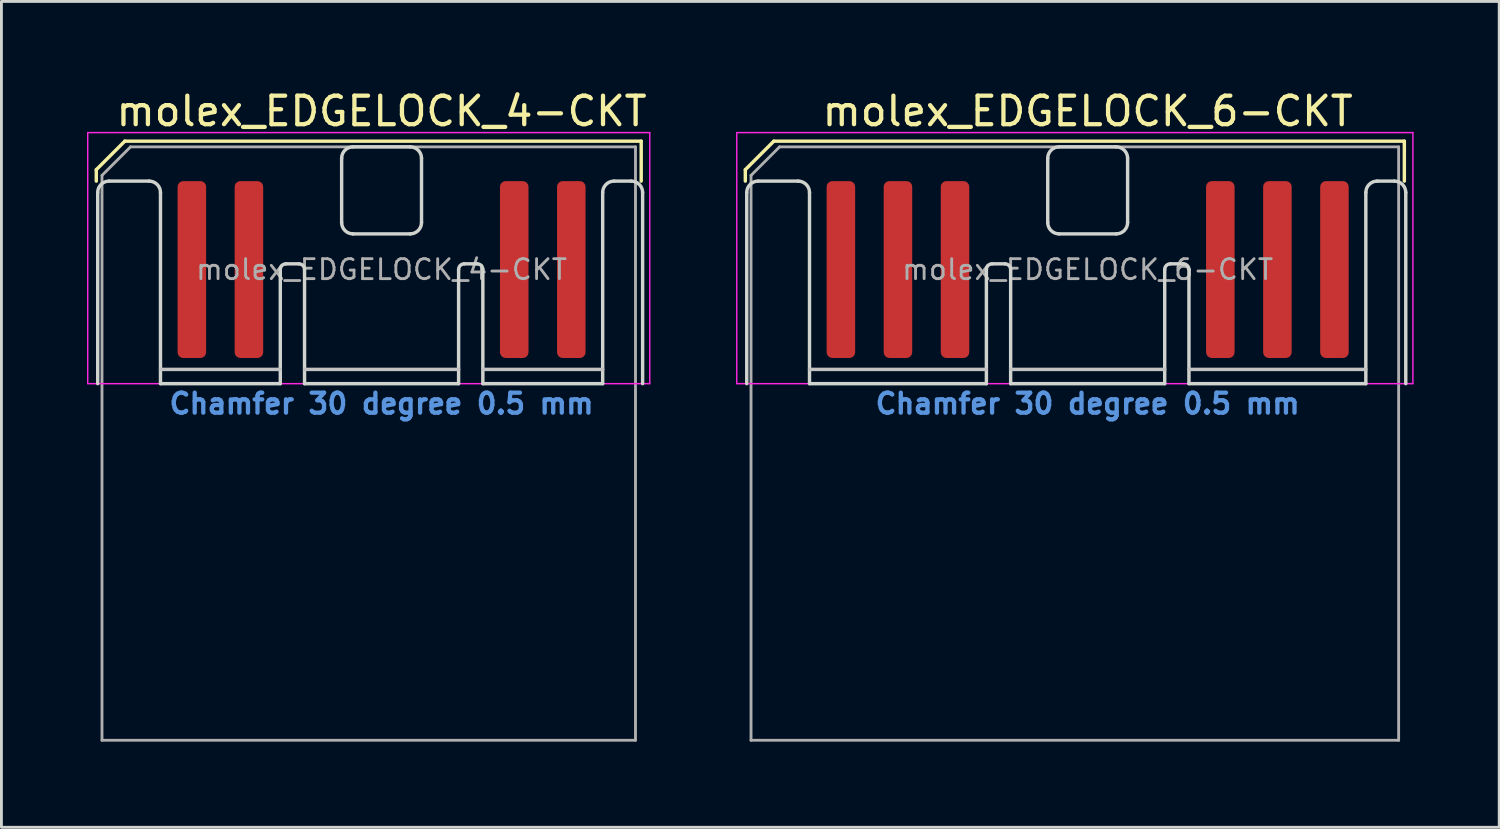
<source format=kicad_pcb>
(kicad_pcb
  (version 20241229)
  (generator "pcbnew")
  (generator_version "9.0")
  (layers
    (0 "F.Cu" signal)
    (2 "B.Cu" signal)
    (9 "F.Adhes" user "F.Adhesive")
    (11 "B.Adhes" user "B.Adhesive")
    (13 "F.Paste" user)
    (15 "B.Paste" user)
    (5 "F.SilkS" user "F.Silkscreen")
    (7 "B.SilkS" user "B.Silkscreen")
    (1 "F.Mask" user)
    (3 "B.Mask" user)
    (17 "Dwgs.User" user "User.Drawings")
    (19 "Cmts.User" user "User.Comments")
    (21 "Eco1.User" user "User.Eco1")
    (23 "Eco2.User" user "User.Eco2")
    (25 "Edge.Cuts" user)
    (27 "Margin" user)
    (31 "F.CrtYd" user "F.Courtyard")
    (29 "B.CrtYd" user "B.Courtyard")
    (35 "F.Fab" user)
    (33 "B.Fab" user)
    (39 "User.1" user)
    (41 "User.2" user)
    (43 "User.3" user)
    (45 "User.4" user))
  (footprint "molex_EDGELOCK_6-CKT"
    (layer "F.Cu")
    (at 35.075 6.398)
    (property "Reference" "molex_EDGELOCK_6-CKT" (at 0 -5.55 0) (layer "F.SilkS") (effects (font (size 1 1) (thickness 0.15))))
    (attr exclude_from_pos_files exclude_from_bom)
    (fp_line (start -12 -3.5) (end -11 -4.5) (stroke (width 0.12) (type solid)) (layer "F.SilkS"))
    (fp_line (start -12 -3.1) (end -12 -3.5) (stroke (width 0.12) (type solid)) (layer "F.SilkS"))
    (fp_line (start -11 -4.5) (end 11.1 -4.5) (stroke (width 0.12) (type solid)) (layer "F.SilkS"))
    (fp_line (start 11.1 -4.5) (end 11.1 -3.1) (stroke (width 0.12) (type solid)) (layer "F.SilkS"))
    (fp_line (start -9.75 3.5) (end -3.55 3.5) (stroke (width 0.12) (type solid)) (layer "Dwgs.User"))
    (fp_line (start -2.7 3.5) (end 2.7 3.5) (stroke (width 0.12) (type solid)) (layer "Dwgs.User"))
    (fp_line (start 3.55 3.5) (end 9.75 3.5) (stroke (width 0.12) (type solid)) (layer "Dwgs.User"))
    (fp_line (start -11.95 4) (end -11.95 -2.7) (stroke (width 0.12) (type solid)) (layer "Edge.Cuts"))
    (fp_line (start -11.55 -3.1) (end -10.15 -3.1) (stroke (width 0.12) (type solid)) (layer "Edge.Cuts"))
    (fp_line (start -9.75 -2.7) (end -9.75 4) (stroke (width 0.12) (type solid)) (layer "Edge.Cuts"))
    (fp_line (start -9.75 4) (end -3.55 4) (stroke (width 0.12) (type solid)) (layer "Edge.Cuts"))
    (fp_line (start -3.55 4) (end -3.55 0) (stroke (width 0.12) (type solid)) (layer "Edge.Cuts"))
    (fp_line (start -3.35 -0.2) (end -2.9 -0.2) (stroke (width 0.12) (type solid)) (layer "Edge.Cuts"))
    (fp_line (start -2.7 0) (end -2.7 4) (stroke (width 0.12) (type solid)) (layer "Edge.Cuts"))
    (fp_line (start -2.7 4) (end 2.7 4) (stroke (width 0.12) (type solid)) (layer "Edge.Cuts"))
    (fp_line (start -1.4 -3.9) (end -1.4 -1.65) (stroke (width 0.12) (type solid)) (layer "Edge.Cuts"))
    (fp_line (start -1 -1.25) (end 1 -1.25) (stroke (width 0.12) (type solid)) (layer "Edge.Cuts"))
    (fp_line (start 1 -4.3) (end -1 -4.3) (stroke (width 0.12) (type solid)) (layer "Edge.Cuts"))
    (fp_line (start 1.4 -1.65) (end 1.4 -3.9) (stroke (width 0.12) (type solid)) (layer "Edge.Cuts"))
    (fp_line (start 2.7 4) (end 2.7 0) (stroke (width 0.12) (type solid)) (layer "Edge.Cuts"))
    (fp_line (start 2.9 -0.2) (end 3.35 -0.2) (stroke (width 0.12) (type solid)) (layer "Edge.Cuts"))
    (fp_line (start 3.55 0) (end 3.55 4) (stroke (width 0.12) (type solid)) (layer "Edge.Cuts"))
    (fp_line (start 3.55 4) (end 9.75 4) (stroke (width 0.12) (type solid)) (layer "Edge.Cuts"))
    (fp_line (start 9.75 4) (end 9.75 -2.7) (stroke (width 0.12) (type solid)) (layer "Edge.Cuts"))
    (fp_line (start 10.15 -3.1) (end 10.75 -3.1) (stroke (width 0.12) (type solid)) (layer "Edge.Cuts"))
    (fp_line (start 11.15 -2.7) (end 11.15 4) (stroke (width 0.12) (type solid)) (layer "Edge.Cuts"))
    (fp_arc (start -11.95 -2.7) (mid -11.832843 -2.982843) (end -11.55 -3.1) (stroke (width 0.12) (type solid)) (layer "Edge.Cuts"))
    (fp_arc (start -10.15 -3.1) (mid -9.867157 -2.982843) (end -9.75 -2.7) (stroke (width 0.12) (type solid)) (layer "Edge.Cuts"))
    (fp_arc (start -3.55 0) (mid -3.491421 -0.141421) (end -3.35 -0.2) (stroke (width 0.12) (type solid)) (layer "Edge.Cuts"))
    (fp_arc (start -2.9 -0.2) (mid -2.758579 -0.141421) (end -2.7 0) (stroke (width 0.12) (type solid)) (layer "Edge.Cuts"))
    (fp_arc (start -1.4 -3.9) (mid -1.282843 -4.182843) (end -1 -4.3) (stroke (width 0.12) (type solid)) (layer "Edge.Cuts"))
    (fp_arc (start -1 -1.25) (mid -1.282843 -1.367157) (end -1.4 -1.65) (stroke (width 0.12) (type solid)) (layer "Edge.Cuts"))
    (fp_arc (start 1 -4.3) (mid 1.282843 -4.182843) (end 1.4 -3.9) (stroke (width 0.12) (type solid)) (layer "Edge.Cuts"))
    (fp_arc (start 1.4 -1.65) (mid 1.282843 -1.367157) (end 1 -1.25) (stroke (width 0.12) (type solid)) (layer "Edge.Cuts"))
    (fp_arc (start 2.7 0) (mid 2.758579 -0.141421) (end 2.9 -0.2) (stroke (width 0.12) (type solid)) (layer "Edge.Cuts"))
    (fp_arc (start 3.35 -0.2) (mid 3.491421 -0.141421) (end 3.55 0) (stroke (width 0.12) (type solid)) (layer "Edge.Cuts"))
    (fp_arc (start 9.75 -2.7) (mid 9.867157 -2.982843) (end 10.15 -3.1) (stroke (width 0.12) (type solid)) (layer "Edge.Cuts"))
    (fp_arc (start 10.75 -3.1) (mid 11.032843 -2.982843) (end 11.15 -2.7) (stroke (width 0.12) (type solid)) (layer "Edge.Cuts"))
    (fp_line (start -12.3 -4.8) (end -12.3 4) (stroke (width 0.05) (type solid)) (layer "F.CrtYd"))
    (fp_line (start -12.3 4) (end 11.4 4) (stroke (width 0.05) (type solid)) (layer "F.CrtYd"))
    (fp_line (start 11.4 -4.8) (end -12.3 -4.8) (stroke (width 0.05) (type solid)) (layer "F.CrtYd"))
    (fp_line (start 11.4 4) (end 11.4 -4.8) (stroke (width 0.05) (type solid)) (layer "F.CrtYd"))
    (fp_line (start -11.8 -3.3) (end -10.8 -4.3) (stroke (width 0.1) (type solid)) (layer "F.Fab"))
    (fp_line (start -11.8 16.5) (end -11.8 -3.3) (stroke (width 0.1) (type solid)) (layer "F.Fab"))
    (fp_line (start -10.8 -4.3) (end 10.9 -4.3) (stroke (width 0.1) (type solid)) (layer "F.Fab"))
    (fp_line (start 10.9 -4.3) (end 10.9 16.5) (stroke (width 0.1) (type solid)) (layer "F.Fab"))
    (fp_line (start 10.9 16.5) (end -11.8 16.5) (stroke (width 0.1) (type solid)) (layer "F.Fab"))
    (fp_text user "Chamfer 30 degree 0.5 mm" (at 0 4.7 0) (layer "Cmts.User") (effects (font (size 0.7 0.7) (thickness 0.15))))
    (fp_text user "${REFERENCE}" (at 0 0 0) (layer "F.Fab") (effects (font (size 0.7 0.7) (thickness 0.1))))
    (pad "1" connect roundrect (at -8.65 0) (size 1 6.2) (layers "F.Cu" "F.Mask") (roundrect_rratio 0.2))
    (pad "2" connect roundrect (at -6.65 0) (size 1 6.2) (layers "F.Cu" "F.Mask") (roundrect_rratio 0.2))
    (pad "3" connect roundrect (at -4.65 0) (size 1 6.2) (layers "F.Cu" "F.Mask") (roundrect_rratio 0.2))
    (pad "4" connect roundrect (at 4.65 0) (size 1 6.2) (layers "F.Cu" "F.Mask") (roundrect_rratio 0.2))
    (pad "5" connect roundrect (at 6.65 0) (size 1 6.2) (layers "F.Cu" "F.Mask") (roundrect_rratio 0.2))
    (pad "6" connect roundrect (at 8.65 0) (size 1 6.2) (layers "F.Cu" "F.Mask") (roundrect_rratio 0.2)))
  (footprint "molex_EDGELOCK_4-CKT"
    (layer "F.Cu")
    (at 10.325 6.398)
    (property "Reference" "molex_EDGELOCK_4-CKT" (at 0 -5.55 0) (layer "F.SilkS") (effects (font (size 1 1) (thickness 0.15))))
    (attr exclude_from_pos_files exclude_from_bom)
    (fp_line (start -10 -3.5) (end -9 -4.5) (stroke (width 0.12) (type solid)) (layer "F.SilkS"))
    (fp_line (start -10 -3.1) (end -10 -3.5) (stroke (width 0.12) (type solid)) (layer "F.SilkS"))
    (fp_line (start -9 -4.5) (end 9.1 -4.5) (stroke (width 0.12) (type solid)) (layer "F.SilkS"))
    (fp_line (start 9.1 -4.5) (end 9.1 -3.1) (stroke (width 0.12) (type solid)) (layer "F.SilkS"))
    (fp_line (start -7.75 3.5) (end -3.55 3.5) (stroke (width 0.12) (type solid)) (layer "Dwgs.User"))
    (fp_line (start -2.7 3.5) (end 2.7 3.5) (stroke (width 0.12) (type solid)) (layer "Dwgs.User"))
    (fp_line (start 3.55 3.5) (end 7.75 3.5) (stroke (width 0.12) (type solid)) (layer "Dwgs.User"))
    (fp_line (start -9.95 4) (end -9.95 -2.7) (stroke (width 0.12) (type solid)) (layer "Edge.Cuts"))
    (fp_line (start -9.55 -3.1) (end -8.15 -3.1) (stroke (width 0.12) (type solid)) (layer "Edge.Cuts"))
    (fp_line (start -7.75 -2.7) (end -7.75 4) (stroke (width 0.12) (type solid)) (layer "Edge.Cuts"))
    (fp_line (start -7.75 4) (end -3.55 4) (stroke (width 0.12) (type solid)) (layer "Edge.Cuts"))
    (fp_line (start -3.55 4) (end -3.55 0) (stroke (width 0.12) (type solid)) (layer "Edge.Cuts"))
    (fp_line (start -3.35 -0.2) (end -2.9 -0.2) (stroke (width 0.12) (type solid)) (layer "Edge.Cuts"))
    (fp_line (start -2.7 0) (end -2.7 4) (stroke (width 0.12) (type solid)) (layer "Edge.Cuts"))
    (fp_line (start -2.7 4) (end 2.7 4) (stroke (width 0.12) (type solid)) (layer "Edge.Cuts"))
    (fp_line (start -1.4 -3.9) (end -1.4 -1.65) (stroke (width 0.12) (type solid)) (layer "Edge.Cuts"))
    (fp_line (start -1 -1.25) (end 1 -1.25) (stroke (width 0.12) (type solid)) (layer "Edge.Cuts"))
    (fp_line (start 1 -4.3) (end -1 -4.3) (stroke (width 0.12) (type solid)) (layer "Edge.Cuts"))
    (fp_line (start 1.4 -1.65) (end 1.4 -3.9) (stroke (width 0.12) (type solid)) (layer "Edge.Cuts"))
    (fp_line (start 2.7 4) (end 2.7 0) (stroke (width 0.12) (type solid)) (layer "Edge.Cuts"))
    (fp_line (start 2.9 -0.2) (end 3.35 -0.2) (stroke (width 0.12) (type solid)) (layer "Edge.Cuts"))
    (fp_line (start 3.55 0) (end 3.55 4) (stroke (width 0.12) (type solid)) (layer "Edge.Cuts"))
    (fp_line (start 3.55 4) (end 7.75 4) (stroke (width 0.12) (type solid)) (layer "Edge.Cuts"))
    (fp_line (start 7.75 4) (end 7.75 -2.7) (stroke (width 0.12) (type solid)) (layer "Edge.Cuts"))
    (fp_line (start 8.15 -3.1) (end 8.75 -3.1) (stroke (width 0.12) (type solid)) (layer "Edge.Cuts"))
    (fp_line (start 9.15 -2.7) (end 9.15 4) (stroke (width 0.12) (type solid)) (layer "Edge.Cuts"))
    (fp_arc (start -9.95 -2.7) (mid -9.832843 -2.982843) (end -9.55 -3.1) (stroke (width 0.12) (type solid)) (layer "Edge.Cuts"))
    (fp_arc (start -8.15 -3.1) (mid -7.867157 -2.982843) (end -7.75 -2.7) (stroke (width 0.12) (type solid)) (layer "Edge.Cuts"))
    (fp_arc (start -3.55 0) (mid -3.491421 -0.141421) (end -3.35 -0.2) (stroke (width 0.12) (type solid)) (layer "Edge.Cuts"))
    (fp_arc (start -2.9 -0.2) (mid -2.758579 -0.141421) (end -2.7 0) (stroke (width 0.12) (type solid)) (layer "Edge.Cuts"))
    (fp_arc (start -1.4 -3.9) (mid -1.282843 -4.182843) (end -1 -4.3) (stroke (width 0.12) (type solid)) (layer "Edge.Cuts"))
    (fp_arc (start -1 -1.25) (mid -1.282843 -1.367157) (end -1.4 -1.65) (stroke (width 0.12) (type solid)) (layer "Edge.Cuts"))
    (fp_arc (start 1 -4.3) (mid 1.282843 -4.182843) (end 1.4 -3.9) (stroke (width 0.12) (type solid)) (layer "Edge.Cuts"))
    (fp_arc (start 1.4 -1.65) (mid 1.282843 -1.367157) (end 1 -1.25) (stroke (width 0.12) (type solid)) (layer "Edge.Cuts"))
    (fp_arc (start 2.7 0) (mid 2.758579 -0.141421) (end 2.9 -0.2) (stroke (width 0.12) (type solid)) (layer "Edge.Cuts"))
    (fp_arc (start 3.35 -0.2) (mid 3.491421 -0.141421) (end 3.55 0) (stroke (width 0.12) (type solid)) (layer "Edge.Cuts"))
    (fp_arc (start 7.75 -2.7) (mid 7.867157 -2.982843) (end 8.15 -3.1) (stroke (width 0.12) (type solid)) (layer "Edge.Cuts"))
    (fp_arc (start 8.75 -3.1) (mid 9.032843 -2.982843) (end 9.15 -2.7) (stroke (width 0.12) (type solid)) (layer "Edge.Cuts"))
    (fp_line (start -10.3 -4.8) (end -10.3 4) (stroke (width 0.05) (type solid)) (layer "F.CrtYd"))
    (fp_line (start -10.3 4) (end 9.4 4) (stroke (width 0.05) (type solid)) (layer "F.CrtYd"))
    (fp_line (start 9.4 -4.8) (end -10.3 -4.8) (stroke (width 0.05) (type solid)) (layer "F.CrtYd"))
    (fp_line (start 9.4 4) (end 9.4 -4.8) (stroke (width 0.05) (type solid)) (layer "F.CrtYd"))
    (fp_line (start -9.8 -3.3) (end -8.8 -4.3) (stroke (width 0.1) (type solid)) (layer "F.Fab"))
    (fp_line (start -9.8 16.5) (end -9.8 -3.3) (stroke (width 0.1) (type solid)) (layer "F.Fab"))
    (fp_line (start -8.8 -4.3) (end 8.9 -4.3) (stroke (width 0.1) (type solid)) (layer "F.Fab"))
    (fp_line (start 8.9 -4.3) (end 8.9 16.5) (stroke (width 0.1) (type solid)) (layer "F.Fab"))
    (fp_line (start 8.9 16.5) (end -9.8 16.5) (stroke (width 0.1) (type solid)) (layer "F.Fab"))
    (fp_text user "Chamfer 30 degree 0.5 mm" (at 0 4.7 0) (layer "Cmts.User") (effects (font (size 0.7 0.7) (thickness 0.15))))
    (fp_text user "${REFERENCE}" (at 0 0 0) (layer "F.Fab") (effects (font (size 0.7 0.7) (thickness 0.1))))
    (pad "1" connect roundrect (at -6.65 0) (size 1 6.2) (layers "F.Cu" "F.Mask") (roundrect_rratio 0.2))
    (pad "2" connect roundrect (at -4.65 0) (size 1 6.2) (layers "F.Cu" "F.Mask") (roundrect_rratio 0.2))
    (pad "3" connect roundrect (at 4.65 0) (size 1 6.2) (layers "F.Cu" "F.Mask") (roundrect_rratio 0.2))
    (pad "4" connect roundrect (at 6.65 0) (size 1 6.2) (layers "F.Cu" "F.Mask") (roundrect_rratio 0.2)))
  (gr_rect
    (start -3 -3)
    (end 49.5 25.948)
    (stroke (width 0.1) (type default))
    (fill no)
    (layer "Edge.Cuts")))
</source>
